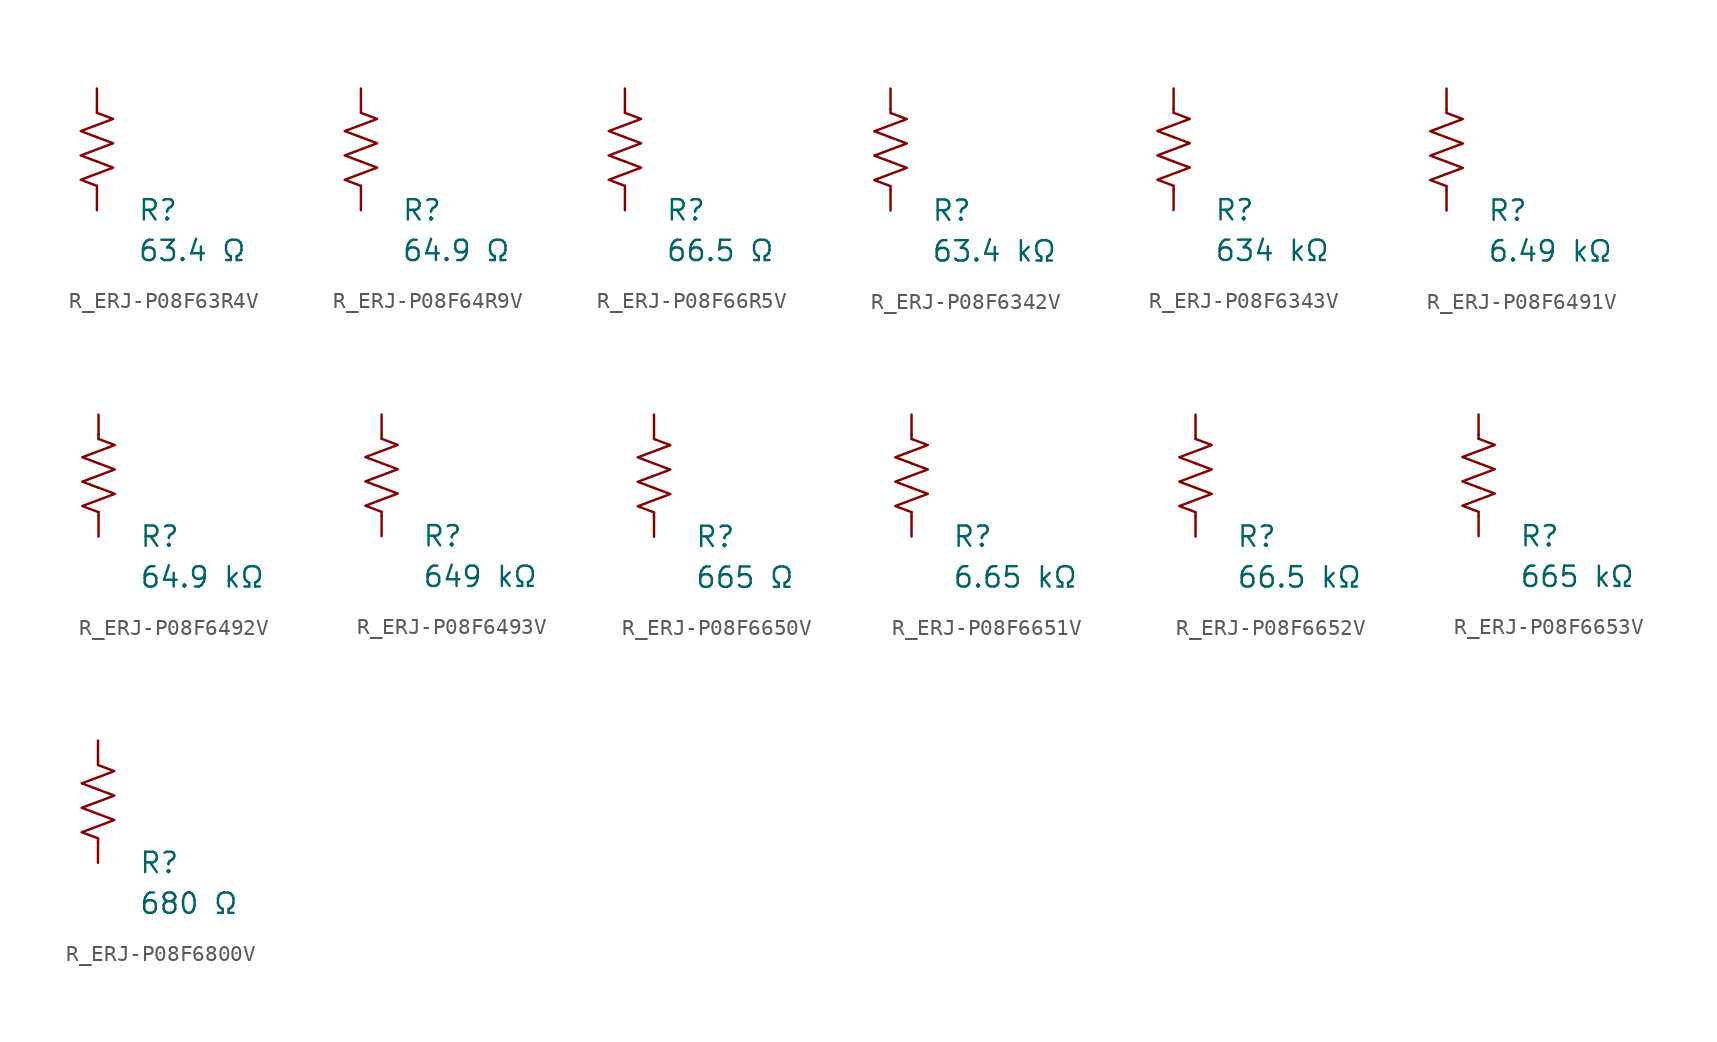
<source format=kicad_sym>
(kicad_symbol_lib
  (version 20231120)
  (generator "kicad_symbol_editor")
  (generator_version "8.0")
  (symbol "R_ERJ-P08F63R4V"
    (pin_numbers hide)
    (pin_names
      (offset 0))
    (property "Reference" "R"
      (at 2.54 -3.81 0)
      (effects (font (size 1.27 1.27)) (justify left))
      (show_name no))
    (property "Value" "63.4 Ω"
      (at 2.54 -6.35 0)
      (effects (font (size 1.27 1.27)) (justify left))
      (show_name no))
    (symbol "R_ERJ-P08F63R4V_0_1"
      (polyline (pts (xy 0 -2.286) (xy 0 -2.54)) (stroke (width 0) (type default)) (fill (type none)))
      (polyline (pts (xy 0 2.286) (xy 0 2.54)) (stroke (width 0) (type default)) (fill (type none)))
      (polyline (pts (xy 0 -0.762) (xy 1.016 -1.143) (xy 0 -1.524) (xy -1.016 -1.905) (xy 0 -2.286)) (stroke (width 0) (type default)) (fill (type none)))
      (polyline (pts (xy 0 0.762) (xy 1.016 0.381) (xy 0 0) (xy -1.016 -0.381) (xy 0 -0.762)) (stroke (width 0) (type default)) (fill (type none)))
      (polyline (pts (xy 0 2.286) (xy 1.016 1.905) (xy 0 1.524) (xy -1.016 1.143) (xy 0 0.762)) (stroke (width 0) (type default)) (fill (type none))))
    (symbol "R_ERJ-P08F63R4V_1_1"
      (pin passive line (at 0 3.81 270) (length 1.27) (name "~" (effects (font (size 1.27 1.27)))) (number "1" (effects (font (size 1.27 1.27)))))
      (pin passive line (at 0 -3.81 90) (length 1.27) (name "~" (effects (font (size 1.27 1.27)))) (number "2" (effects (font (size 1.27 1.27)))))))
  (symbol "R_ERJ-P08F64R9V"
    (pin_numbers hide)
    (pin_names
      (offset 0))
    (property "Reference" "R"
      (at 2.54 -3.81 0)
      (effects (font (size 1.27 1.27)) (justify left))
      (show_name no))
    (property "Value" "64.9 Ω"
      (at 2.54 -6.35 0)
      (effects (font (size 1.27 1.27)) (justify left))
      (show_name no))
    (symbol "R_ERJ-P08F64R9V_0_1"
      (polyline (pts (xy 0 -2.286) (xy 0 -2.54)) (stroke (width 0) (type default)) (fill (type none)))
      (polyline (pts (xy 0 2.286) (xy 0 2.54)) (stroke (width 0) (type default)) (fill (type none)))
      (polyline (pts (xy 0 -0.762) (xy 1.016 -1.143) (xy 0 -1.524) (xy -1.016 -1.905) (xy 0 -2.286)) (stroke (width 0) (type default)) (fill (type none)))
      (polyline (pts (xy 0 0.762) (xy 1.016 0.381) (xy 0 0) (xy -1.016 -0.381) (xy 0 -0.762)) (stroke (width 0) (type default)) (fill (type none)))
      (polyline (pts (xy 0 2.286) (xy 1.016 1.905) (xy 0 1.524) (xy -1.016 1.143) (xy 0 0.762)) (stroke (width 0) (type default)) (fill (type none))))
    (symbol "R_ERJ-P08F64R9V_1_1"
      (pin passive line (at 0 3.81 270) (length 1.27) (name "~" (effects (font (size 1.27 1.27)))) (number "1" (effects (font (size 1.27 1.27)))))
      (pin passive line (at 0 -3.81 90) (length 1.27) (name "~" (effects (font (size 1.27 1.27)))) (number "2" (effects (font (size 1.27 1.27)))))))
  (symbol "R_ERJ-P08F66R5V"
    (pin_numbers hide)
    (pin_names
      (offset 0))
    (property "Reference" "R"
      (at 2.54 -3.81 0)
      (effects (font (size 1.27 1.27)) (justify left))
      (show_name no))
    (property "Value" "66.5 Ω"
      (at 2.54 -6.35 0)
      (effects (font (size 1.27 1.27)) (justify left))
      (show_name no))
    (symbol "R_ERJ-P08F66R5V_0_1"
      (polyline (pts (xy 0 -2.286) (xy 0 -2.54)) (stroke (width 0) (type default)) (fill (type none)))
      (polyline (pts (xy 0 2.286) (xy 0 2.54)) (stroke (width 0) (type default)) (fill (type none)))
      (polyline (pts (xy 0 -0.762) (xy 1.016 -1.143) (xy 0 -1.524) (xy -1.016 -1.905) (xy 0 -2.286)) (stroke (width 0) (type default)) (fill (type none)))
      (polyline (pts (xy 0 0.762) (xy 1.016 0.381) (xy 0 0) (xy -1.016 -0.381) (xy 0 -0.762)) (stroke (width 0) (type default)) (fill (type none)))
      (polyline (pts (xy 0 2.286) (xy 1.016 1.905) (xy 0 1.524) (xy -1.016 1.143) (xy 0 0.762)) (stroke (width 0) (type default)) (fill (type none))))
    (symbol "R_ERJ-P08F66R5V_1_1"
      (pin passive line (at 0 3.81 270) (length 1.27) (name "~" (effects (font (size 1.27 1.27)))) (number "1" (effects (font (size 1.27 1.27)))))
      (pin passive line (at 0 -3.81 90) (length 1.27) (name "~" (effects (font (size 1.27 1.27)))) (number "2" (effects (font (size 1.27 1.27)))))))
  (symbol "R_ERJ-P08F6342V"
    (pin_numbers hide)
    (pin_names
      (offset 0))
    (property "Reference" "R"
      (at 2.54 -3.81 0)
      (effects (font (size 1.27 1.27)) (justify left))
      (show_name no))
    (property "Value" "63.4 kΩ"
      (at 2.54 -6.35 0)
      (effects (font (size 1.27 1.27)) (justify left))
      (show_name no))
    (symbol "R_ERJ-P08F6342V_0_1"
      (polyline (pts (xy 0 -2.286) (xy 0 -2.54)) (stroke (width 0) (type default)) (fill (type none)))
      (polyline (pts (xy 0 2.286) (xy 0 2.54)) (stroke (width 0) (type default)) (fill (type none)))
      (polyline (pts (xy 0 -0.762) (xy 1.016 -1.143) (xy 0 -1.524) (xy -1.016 -1.905) (xy 0 -2.286)) (stroke (width 0) (type default)) (fill (type none)))
      (polyline (pts (xy 0 0.762) (xy 1.016 0.381) (xy 0 0) (xy -1.016 -0.381) (xy 0 -0.762)) (stroke (width 0) (type default)) (fill (type none)))
      (polyline (pts (xy 0 2.286) (xy 1.016 1.905) (xy 0 1.524) (xy -1.016 1.143) (xy 0 0.762)) (stroke (width 0) (type default)) (fill (type none))))
    (symbol "R_ERJ-P08F6342V_1_1"
      (pin passive line (at 0 3.81 270) (length 1.27) (name "~" (effects (font (size 1.27 1.27)))) (number "1" (effects (font (size 1.27 1.27)))))
      (pin passive line (at 0 -3.81 90) (length 1.27) (name "~" (effects (font (size 1.27 1.27)))) (number "2" (effects (font (size 1.27 1.27)))))))
  (symbol "R_ERJ-P08F6343V"
    (pin_numbers hide)
    (pin_names
      (offset 0))
    (property "Reference" "R"
      (at 2.54 -3.81 0)
      (effects (font (size 1.27 1.27)) (justify left))
      (show_name no))
    (property "Value" "634 kΩ"
      (at 2.54 -6.35 0)
      (effects (font (size 1.27 1.27)) (justify left))
      (show_name no))
    (symbol "R_ERJ-P08F6343V_0_1"
      (polyline (pts (xy 0 -2.286) (xy 0 -2.54)) (stroke (width 0) (type default)) (fill (type none)))
      (polyline (pts (xy 0 2.286) (xy 0 2.54)) (stroke (width 0) (type default)) (fill (type none)))
      (polyline (pts (xy 0 -0.762) (xy 1.016 -1.143) (xy 0 -1.524) (xy -1.016 -1.905) (xy 0 -2.286)) (stroke (width 0) (type default)) (fill (type none)))
      (polyline (pts (xy 0 0.762) (xy 1.016 0.381) (xy 0 0) (xy -1.016 -0.381) (xy 0 -0.762)) (stroke (width 0) (type default)) (fill (type none)))
      (polyline (pts (xy 0 2.286) (xy 1.016 1.905) (xy 0 1.524) (xy -1.016 1.143) (xy 0 0.762)) (stroke (width 0) (type default)) (fill (type none))))
    (symbol "R_ERJ-P08F6343V_1_1"
      (pin passive line (at 0 3.81 270) (length 1.27) (name "~" (effects (font (size 1.27 1.27)))) (number "1" (effects (font (size 1.27 1.27)))))
      (pin passive line (at 0 -3.81 90) (length 1.27) (name "~" (effects (font (size 1.27 1.27)))) (number "2" (effects (font (size 1.27 1.27)))))))
  (symbol "R_ERJ-P08F6491V"
    (pin_numbers hide)
    (pin_names
      (offset 0))
    (property "Reference" "R"
      (at 2.54 -3.81 0)
      (effects (font (size 1.27 1.27)) (justify left))
      (show_name no))
    (property "Value" "6.49 kΩ"
      (at 2.54 -6.35 0)
      (effects (font (size 1.27 1.27)) (justify left))
      (show_name no))
    (symbol "R_ERJ-P08F6491V_0_1"
      (polyline (pts (xy 0 -2.286) (xy 0 -2.54)) (stroke (width 0) (type default)) (fill (type none)))
      (polyline (pts (xy 0 2.286) (xy 0 2.54)) (stroke (width 0) (type default)) (fill (type none)))
      (polyline (pts (xy 0 -0.762) (xy 1.016 -1.143) (xy 0 -1.524) (xy -1.016 -1.905) (xy 0 -2.286)) (stroke (width 0) (type default)) (fill (type none)))
      (polyline (pts (xy 0 0.762) (xy 1.016 0.381) (xy 0 0) (xy -1.016 -0.381) (xy 0 -0.762)) (stroke (width 0) (type default)) (fill (type none)))
      (polyline (pts (xy 0 2.286) (xy 1.016 1.905) (xy 0 1.524) (xy -1.016 1.143) (xy 0 0.762)) (stroke (width 0) (type default)) (fill (type none))))
    (symbol "R_ERJ-P08F6491V_1_1"
      (pin passive line (at 0 3.81 270) (length 1.27) (name "~" (effects (font (size 1.27 1.27)))) (number "1" (effects (font (size 1.27 1.27)))))
      (pin passive line (at 0 -3.81 90) (length 1.27) (name "~" (effects (font (size 1.27 1.27)))) (number "2" (effects (font (size 1.27 1.27)))))))
  (symbol "R_ERJ-P08F6492V"
    (pin_numbers hide)
    (pin_names
      (offset 0))
    (property "Reference" "R"
      (at 2.54 -3.81 0)
      (effects (font (size 1.27 1.27)) (justify left))
      (show_name no))
    (property "Value" "64.9 kΩ"
      (at 2.54 -6.35 0)
      (effects (font (size 1.27 1.27)) (justify left))
      (show_name no))
    (symbol "R_ERJ-P08F6492V_0_1"
      (polyline (pts (xy 0 -2.286) (xy 0 -2.54)) (stroke (width 0) (type default)) (fill (type none)))
      (polyline (pts (xy 0 2.286) (xy 0 2.54)) (stroke (width 0) (type default)) (fill (type none)))
      (polyline (pts (xy 0 -0.762) (xy 1.016 -1.143) (xy 0 -1.524) (xy -1.016 -1.905) (xy 0 -2.286)) (stroke (width 0) (type default)) (fill (type none)))
      (polyline (pts (xy 0 0.762) (xy 1.016 0.381) (xy 0 0) (xy -1.016 -0.381) (xy 0 -0.762)) (stroke (width 0) (type default)) (fill (type none)))
      (polyline (pts (xy 0 2.286) (xy 1.016 1.905) (xy 0 1.524) (xy -1.016 1.143) (xy 0 0.762)) (stroke (width 0) (type default)) (fill (type none))))
    (symbol "R_ERJ-P08F6492V_1_1"
      (pin passive line (at 0 3.81 270) (length 1.27) (name "~" (effects (font (size 1.27 1.27)))) (number "1" (effects (font (size 1.27 1.27)))))
      (pin passive line (at 0 -3.81 90) (length 1.27) (name "~" (effects (font (size 1.27 1.27)))) (number "2" (effects (font (size 1.27 1.27)))))))
  (symbol "R_ERJ-P08F6493V"
    (pin_numbers hide)
    (pin_names
      (offset 0))
    (property "Reference" "R"
      (at 2.54 -3.81 0)
      (effects (font (size 1.27 1.27)) (justify left))
      (show_name no))
    (property "Value" "649 kΩ"
      (at 2.54 -6.35 0)
      (effects (font (size 1.27 1.27)) (justify left))
      (show_name no))
    (symbol "R_ERJ-P08F6493V_0_1"
      (polyline (pts (xy 0 -2.286) (xy 0 -2.54)) (stroke (width 0) (type default)) (fill (type none)))
      (polyline (pts (xy 0 2.286) (xy 0 2.54)) (stroke (width 0) (type default)) (fill (type none)))
      (polyline (pts (xy 0 -0.762) (xy 1.016 -1.143) (xy 0 -1.524) (xy -1.016 -1.905) (xy 0 -2.286)) (stroke (width 0) (type default)) (fill (type none)))
      (polyline (pts (xy 0 0.762) (xy 1.016 0.381) (xy 0 0) (xy -1.016 -0.381) (xy 0 -0.762)) (stroke (width 0) (type default)) (fill (type none)))
      (polyline (pts (xy 0 2.286) (xy 1.016 1.905) (xy 0 1.524) (xy -1.016 1.143) (xy 0 0.762)) (stroke (width 0) (type default)) (fill (type none))))
    (symbol "R_ERJ-P08F6493V_1_1"
      (pin passive line (at 0 3.81 270) (length 1.27) (name "~" (effects (font (size 1.27 1.27)))) (number "1" (effects (font (size 1.27 1.27)))))
      (pin passive line (at 0 -3.81 90) (length 1.27) (name "~" (effects (font (size 1.27 1.27)))) (number "2" (effects (font (size 1.27 1.27)))))))
  (symbol "R_ERJ-P08F6650V"
    (pin_numbers hide)
    (pin_names
      (offset 0))
    (property "Reference" "R"
      (at 2.54 -3.81 0)
      (effects (font (size 1.27 1.27)) (justify left))
      (show_name no))
    (property "Value" "665 Ω"
      (at 2.54 -6.35 0)
      (effects (font (size 1.27 1.27)) (justify left))
      (show_name no))
    (symbol "R_ERJ-P08F6650V_0_1"
      (polyline (pts (xy 0 -2.286) (xy 0 -2.54)) (stroke (width 0) (type default)) (fill (type none)))
      (polyline (pts (xy 0 2.286) (xy 0 2.54)) (stroke (width 0) (type default)) (fill (type none)))
      (polyline (pts (xy 0 -0.762) (xy 1.016 -1.143) (xy 0 -1.524) (xy -1.016 -1.905) (xy 0 -2.286)) (stroke (width 0) (type default)) (fill (type none)))
      (polyline (pts (xy 0 0.762) (xy 1.016 0.381) (xy 0 0) (xy -1.016 -0.381) (xy 0 -0.762)) (stroke (width 0) (type default)) (fill (type none)))
      (polyline (pts (xy 0 2.286) (xy 1.016 1.905) (xy 0 1.524) (xy -1.016 1.143) (xy 0 0.762)) (stroke (width 0) (type default)) (fill (type none))))
    (symbol "R_ERJ-P08F6650V_1_1"
      (pin passive line (at 0 3.81 270) (length 1.27) (name "~" (effects (font (size 1.27 1.27)))) (number "1" (effects (font (size 1.27 1.27)))))
      (pin passive line (at 0 -3.81 90) (length 1.27) (name "~" (effects (font (size 1.27 1.27)))) (number "2" (effects (font (size 1.27 1.27)))))))
  (symbol "R_ERJ-P08F6651V"
    (pin_numbers hide)
    (pin_names
      (offset 0))
    (property "Reference" "R"
      (at 2.54 -3.81 0)
      (effects (font (size 1.27 1.27)) (justify left))
      (show_name no))
    (property "Value" "6.65 kΩ"
      (at 2.54 -6.35 0)
      (effects (font (size 1.27 1.27)) (justify left))
      (show_name no))
    (symbol "R_ERJ-P08F6651V_0_1"
      (polyline (pts (xy 0 -2.286) (xy 0 -2.54)) (stroke (width 0) (type default)) (fill (type none)))
      (polyline (pts (xy 0 2.286) (xy 0 2.54)) (stroke (width 0) (type default)) (fill (type none)))
      (polyline (pts (xy 0 -0.762) (xy 1.016 -1.143) (xy 0 -1.524) (xy -1.016 -1.905) (xy 0 -2.286)) (stroke (width 0) (type default)) (fill (type none)))
      (polyline (pts (xy 0 0.762) (xy 1.016 0.381) (xy 0 0) (xy -1.016 -0.381) (xy 0 -0.762)) (stroke (width 0) (type default)) (fill (type none)))
      (polyline (pts (xy 0 2.286) (xy 1.016 1.905) (xy 0 1.524) (xy -1.016 1.143) (xy 0 0.762)) (stroke (width 0) (type default)) (fill (type none))))
    (symbol "R_ERJ-P08F6651V_1_1"
      (pin passive line (at 0 3.81 270) (length 1.27) (name "~" (effects (font (size 1.27 1.27)))) (number "1" (effects (font (size 1.27 1.27)))))
      (pin passive line (at 0 -3.81 90) (length 1.27) (name "~" (effects (font (size 1.27 1.27)))) (number "2" (effects (font (size 1.27 1.27)))))))
  (symbol "R_ERJ-P08F6652V"
    (pin_numbers hide)
    (pin_names
      (offset 0))
    (property "Reference" "R"
      (at 2.54 -3.81 0)
      (effects (font (size 1.27 1.27)) (justify left))
      (show_name no))
    (property "Value" "66.5 kΩ"
      (at 2.54 -6.35 0)
      (effects (font (size 1.27 1.27)) (justify left))
      (show_name no))
    (symbol "R_ERJ-P08F6652V_0_1"
      (polyline (pts (xy 0 -2.286) (xy 0 -2.54)) (stroke (width 0) (type default)) (fill (type none)))
      (polyline (pts (xy 0 2.286) (xy 0 2.54)) (stroke (width 0) (type default)) (fill (type none)))
      (polyline (pts (xy 0 -0.762) (xy 1.016 -1.143) (xy 0 -1.524) (xy -1.016 -1.905) (xy 0 -2.286)) (stroke (width 0) (type default)) (fill (type none)))
      (polyline (pts (xy 0 0.762) (xy 1.016 0.381) (xy 0 0) (xy -1.016 -0.381) (xy 0 -0.762)) (stroke (width 0) (type default)) (fill (type none)))
      (polyline (pts (xy 0 2.286) (xy 1.016 1.905) (xy 0 1.524) (xy -1.016 1.143) (xy 0 0.762)) (stroke (width 0) (type default)) (fill (type none))))
    (symbol "R_ERJ-P08F6652V_1_1"
      (pin passive line (at 0 3.81 270) (length 1.27) (name "~" (effects (font (size 1.27 1.27)))) (number "1" (effects (font (size 1.27 1.27)))))
      (pin passive line (at 0 -3.81 90) (length 1.27) (name "~" (effects (font (size 1.27 1.27)))) (number "2" (effects (font (size 1.27 1.27)))))))
  (symbol "R_ERJ-P08F6653V"
    (pin_numbers hide)
    (pin_names
      (offset 0))
    (property "Reference" "R"
      (at 2.54 -3.81 0)
      (effects (font (size 1.27 1.27)) (justify left))
      (show_name no))
    (property "Value" "665 kΩ"
      (at 2.54 -6.35 0)
      (effects (font (size 1.27 1.27)) (justify left))
      (show_name no))
    (symbol "R_ERJ-P08F6653V_0_1"
      (polyline (pts (xy 0 -2.286) (xy 0 -2.54)) (stroke (width 0) (type default)) (fill (type none)))
      (polyline (pts (xy 0 2.286) (xy 0 2.54)) (stroke (width 0) (type default)) (fill (type none)))
      (polyline (pts (xy 0 -0.762) (xy 1.016 -1.143) (xy 0 -1.524) (xy -1.016 -1.905) (xy 0 -2.286)) (stroke (width 0) (type default)) (fill (type none)))
      (polyline (pts (xy 0 0.762) (xy 1.016 0.381) (xy 0 0) (xy -1.016 -0.381) (xy 0 -0.762)) (stroke (width 0) (type default)) (fill (type none)))
      (polyline (pts (xy 0 2.286) (xy 1.016 1.905) (xy 0 1.524) (xy -1.016 1.143) (xy 0 0.762)) (stroke (width 0) (type default)) (fill (type none))))
    (symbol "R_ERJ-P08F6653V_1_1"
      (pin passive line (at 0 3.81 270) (length 1.27) (name "~" (effects (font (size 1.27 1.27)))) (number "1" (effects (font (size 1.27 1.27)))))
      (pin passive line (at 0 -3.81 90) (length 1.27) (name "~" (effects (font (size 1.27 1.27)))) (number "2" (effects (font (size 1.27 1.27)))))))
  (symbol "R_ERJ-P08F6800V"
    (pin_numbers hide)
    (pin_names
      (offset 0))
    (property "Reference" "R"
      (at 2.54 -3.81 0)
      (effects (font (size 1.27 1.27)) (justify left))
      (show_name no))
    (property "Value" "680 Ω"
      (at 2.54 -6.35 0)
      (effects (font (size 1.27 1.27)) (justify left))
      (show_name no))
    (symbol "R_ERJ-P08F6800V_0_1"
      (polyline (pts (xy 0 -2.286) (xy 0 -2.54)) (stroke (width 0) (type default)) (fill (type none)))
      (polyline (pts (xy 0 2.286) (xy 0 2.54)) (stroke (width 0) (type default)) (fill (type none)))
      (polyline (pts (xy 0 -0.762) (xy 1.016 -1.143) (xy 0 -1.524) (xy -1.016 -1.905) (xy 0 -2.286)) (stroke (width 0) (type default)) (fill (type none)))
      (polyline (pts (xy 0 0.762) (xy 1.016 0.381) (xy 0 0) (xy -1.016 -0.381) (xy 0 -0.762)) (stroke (width 0) (type default)) (fill (type none)))
      (polyline (pts (xy 0 2.286) (xy 1.016 1.905) (xy 0 1.524) (xy -1.016 1.143) (xy 0 0.762)) (stroke (width 0) (type default)) (fill (type none))))
    (symbol "R_ERJ-P08F6800V_1_1"
      (pin passive line (at 0 3.81 270) (length 1.27) (name "~" (effects (font (size 1.27 1.27)))) (number "1" (effects (font (size 1.27 1.27)))))
      (pin passive line (at 0 -3.81 90) (length 1.27) (name "~" (effects (font (size 1.27 1.27)))) (number "2" (effects (font (size 1.27 1.27))))))))
</source>
